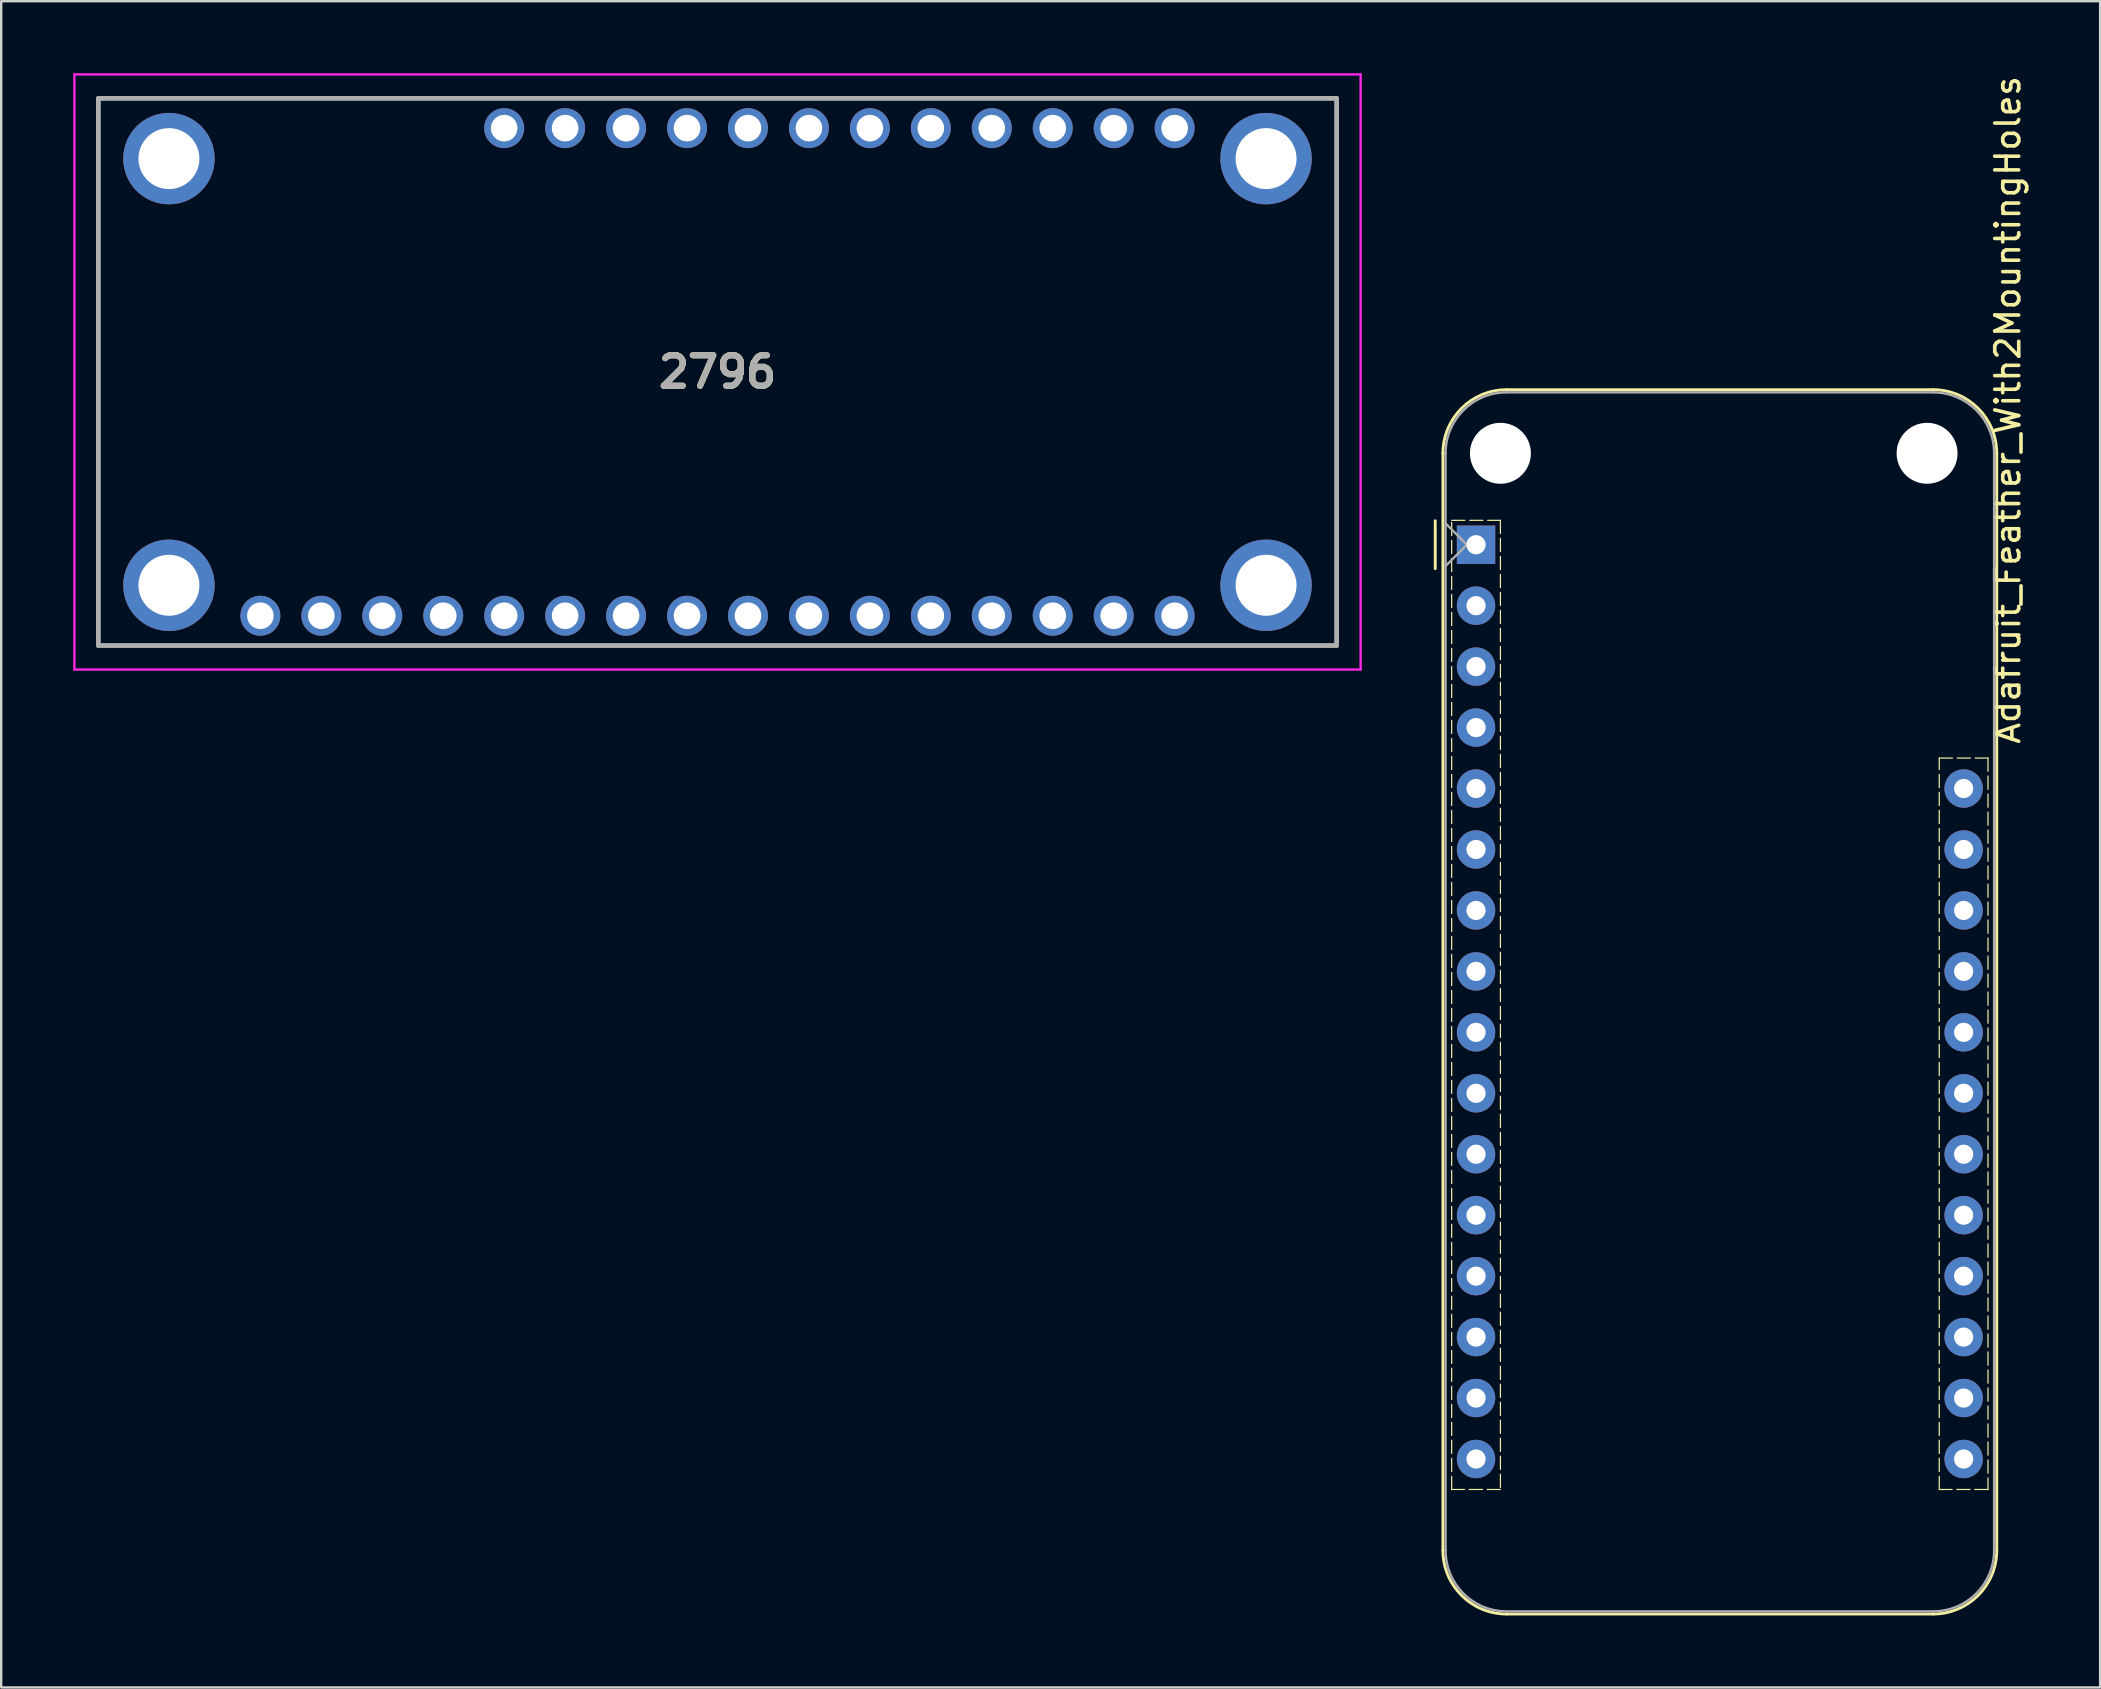
<source format=kicad_pcb>
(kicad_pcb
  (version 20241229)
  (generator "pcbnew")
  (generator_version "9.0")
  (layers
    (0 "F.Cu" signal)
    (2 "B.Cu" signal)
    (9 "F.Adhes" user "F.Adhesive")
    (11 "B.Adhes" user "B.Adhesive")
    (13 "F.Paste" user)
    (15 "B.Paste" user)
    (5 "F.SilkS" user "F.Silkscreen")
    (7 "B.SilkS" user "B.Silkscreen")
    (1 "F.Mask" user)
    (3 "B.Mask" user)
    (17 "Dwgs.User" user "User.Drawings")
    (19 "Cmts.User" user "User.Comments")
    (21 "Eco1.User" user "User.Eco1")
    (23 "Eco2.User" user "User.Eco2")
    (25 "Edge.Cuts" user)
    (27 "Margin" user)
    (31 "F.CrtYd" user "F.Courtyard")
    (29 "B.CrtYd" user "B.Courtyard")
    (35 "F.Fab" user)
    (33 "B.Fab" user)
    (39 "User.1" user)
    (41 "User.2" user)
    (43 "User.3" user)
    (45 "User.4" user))
  (footprint "Adafruit_Feather_With2MountingHoles"
    (layer "F.Cu")
    (at 58.46 19.65)
    (property "Reference" "Adafruit_Feather_With2MountingHoles" (at 22.16 -5.62 90) (layer "F.SilkS") (effects (font (size 1 1) (thickness 0.15))))
    (attr through_hole exclude_from_pos_files exclude_from_bom)
    (fp_line (start -1.7 1) (end -1.7 -1) (stroke (width 0.12) (type solid)) (layer "F.SilkS"))
    (fp_line (start -1.38 -3.81) (end -1.38 41.91) (stroke (width 0.12) (type solid)) (layer "F.SilkS"))
    (fp_line (start 19.05 -6.46) (end 1.27 -6.46) (stroke (width 0.12) (type solid)) (layer "F.SilkS"))
    (fp_line (start 19.05 44.56) (end 1.27 44.56) (stroke (width 0.12) (type solid)) (layer "F.SilkS"))
    (fp_line (start 21.7 -3.81) (end 21.7 41.91) (stroke (width 0.12) (type solid)) (layer "F.SilkS"))
    (fp_rect (start -1.016 -1.016) (end 1.016 39.37) (stroke (width 0.05) (type dash)) (fill no) (layer "F.SilkS"))
    (fp_rect (start 19.304 8.89) (end 21.336 39.37) (stroke (width 0.05) (type dash)) (fill no) (layer "F.SilkS"))
    (fp_arc (start -1.38 -3.81) (mid -0.603833 -5.683833) (end 1.27 -6.46) (stroke (width 0.12) (type solid)) (layer "F.SilkS"))
    (fp_arc (start 1.27 44.56) (mid -0.603833 43.783833) (end -1.38 41.91) (stroke (width 0.12) (type solid)) (layer "F.SilkS"))
    (fp_arc (start 19.05 -6.46) (mid 20.923833 -5.683833) (end 21.7 -3.81) (stroke (width 0.12) (type solid)) (layer "F.SilkS"))
    (fp_arc (start 21.7 41.91) (mid 20.923833 43.783833) (end 19.05 44.56) (stroke (width 0.12) (type solid)) (layer "F.SilkS"))
    (fp_line (start -1.27 -3.81) (end -1.27 41.91) (stroke (width 0.1) (type solid)) (layer "F.Fab"))
    (fp_line (start -1.27 -0.889) (end -0.381 0) (stroke (width 0.1) (type solid)) (layer "F.Fab"))
    (fp_line (start -0.381 0) (end -1.27 0.889) (stroke (width 0.1) (type solid)) (layer "F.Fab"))
    (fp_line (start 1.27 44.45) (end 19.05 44.45) (stroke (width 0.1) (type solid)) (layer "F.Fab"))
    (fp_line (start 19.05 -6.35) (end 1.27 -6.35) (stroke (width 0.1) (type solid)) (layer "F.Fab"))
    (fp_line (start 21.59 41.91) (end 21.59 -3.81) (stroke (width 0.1) (type solid)) (layer "F.Fab"))
    (fp_arc (start -1.27 -3.81) (mid -0.526051 -5.606051) (end 1.27 -6.35) (stroke (width 0.1) (type solid)) (layer "F.Fab"))
    (fp_arc (start 1.221238 44.449532) (mid -0.543209 43.688728) (end -1.27 41.91) (stroke (width 0.1) (type solid)) (layer "F.Fab"))
    (fp_arc (start 19.05 -6.35) (mid 20.846051 -5.606051) (end 21.59 -3.81) (stroke (width 0.1) (type solid)) (layer "F.Fab"))
    (fp_arc (start 21.59 41.91) (mid 20.846051 43.706051) (end 19.05 44.45) (stroke (width 0.1) (type solid)) (layer "F.Fab"))
    (pad "" np_thru_hole circle (at 1.016 -3.81 270) (size 2.54 2.54) (drill 2.54) (layers "*.Cu" "*.Mask"))
    (pad "" np_thru_hole circle (at 18.796 -3.81 270) (size 2.54 2.54) (drill 2.54) (layers "*.Cu" "*.Mask"))
    (pad "1" thru_hole rect (at 0 0 180) (size 1.6 1.6) (drill 0.8) (layers "*.Cu" "*.Mask"))
    (pad "2" thru_hole circle (at 0 2.54 180) (size 1.6 1.6) (drill 0.8) (layers "*.Cu" "*.Mask"))
    (pad "3" thru_hole circle (at 0 5.08 180) (size 1.6 1.6) (drill 0.8) (layers "*.Cu" "*.Mask"))
    (pad "4" thru_hole circle (at 0 7.62 180) (size 1.6 1.6) (drill 0.8) (layers "*.Cu" "*.Mask"))
    (pad "5" thru_hole circle (at 0 10.16 180) (size 1.6 1.6) (drill 0.8) (layers "*.Cu" "*.Mask"))
    (pad "6" thru_hole circle (at 0 12.7 180) (size 1.6 1.6) (drill 0.8) (layers "*.Cu" "*.Mask"))
    (pad "7" thru_hole circle (at 0 15.24 180) (size 1.6 1.6) (drill 0.8) (layers "*.Cu" "*.Mask"))
    (pad "8" thru_hole circle (at 0 17.78 180) (size 1.6 1.6) (drill 0.8) (layers "*.Cu" "*.Mask"))
    (pad "9" thru_hole circle (at 0 20.32 180) (size 1.6 1.6) (drill 0.8) (layers "*.Cu" "*.Mask"))
    (pad "10" thru_hole circle (at 0 22.86 180) (size 1.6 1.6) (drill 0.8) (layers "*.Cu" "*.Mask"))
    (pad "11" thru_hole circle (at 0 25.4 180) (size 1.6 1.6) (drill 0.8) (layers "*.Cu" "*.Mask"))
    (pad "12" thru_hole circle (at 0 27.94 180) (size 1.6 1.6) (drill 0.8) (layers "*.Cu" "*.Mask"))
    (pad "13" thru_hole circle (at 0 30.48 180) (size 1.6 1.6) (drill 0.8) (layers "*.Cu" "*.Mask"))
    (pad "14" thru_hole circle (at 0 33.02 180) (size 1.6 1.6) (drill 0.8) (layers "*.Cu" "*.Mask"))
    (pad "15" thru_hole circle (at 0 35.56 180) (size 1.6 1.6) (drill 0.8) (layers "*.Cu" "*.Mask"))
    (pad "16" thru_hole circle (at 0 38.1 180) (size 1.6 1.6) (drill 0.8) (layers "*.Cu" "*.Mask"))
    (pad "17" thru_hole circle (at 20.32 38.1 180) (size 1.6 1.6) (drill 0.8) (layers "*.Cu" "*.Mask"))
    (pad "18" thru_hole circle (at 20.32 35.56 180) (size 1.6 1.6) (drill 0.8) (layers "*.Cu" "*.Mask"))
    (pad "19" thru_hole circle (at 20.32 33.02 180) (size 1.6 1.6) (drill 0.8) (layers "*.Cu" "*.Mask"))
    (pad "20" thru_hole circle (at 20.32 30.48 180) (size 1.6 1.6) (drill 0.8) (layers "*.Cu" "*.Mask"))
    (pad "21" thru_hole circle (at 20.32 27.94 180) (size 1.6 1.6) (drill 0.8) (layers "*.Cu" "*.Mask"))
    (pad "22" thru_hole circle (at 20.32 25.4 180) (size 1.6 1.6) (drill 0.8) (layers "*.Cu" "*.Mask"))
    (pad "23" thru_hole circle (at 20.32 22.86 180) (size 1.6 1.6) (drill 0.8) (layers "*.Cu" "*.Mask"))
    (pad "24" thru_hole circle (at 20.32 20.32 180) (size 1.6 1.6) (drill 0.8) (layers "*.Cu" "*.Mask"))
    (pad "25" thru_hole circle (at 20.32 17.78 180) (size 1.6 1.6) (drill 0.8) (layers "*.Cu" "*.Mask"))
    (pad "26" thru_hole circle (at 20.32 15.24 180) (size 1.6 1.6) (drill 0.8) (layers "*.Cu" "*.Mask"))
    (pad "27" thru_hole circle (at 20.32 12.7 180) (size 1.6 1.6) (drill 0.8) (layers "*.Cu" "*.Mask"))
    (pad "28" thru_hole circle (at 20.32 10.16 180) (size 1.6 1.6) (drill 0.8) (layers "*.Cu" "*.Mask")))
  (footprint "2796"
    (layer "F.Cu")
    (at 7.8 22.61)
    (property "Reference" "2796" (at 19.05 -10.16 0) (layer "F.SilkS") (effects (font (size 1.27 1.27) (thickness 0.254))))
    (attr through_hole)
    (fp_line (start -6.75 -21.56) (end 44.85 -21.56) (stroke (width 0.1) (type solid)) (layer "F.SilkS"))
    (fp_line (start -6.75 1.24) (end -6.75 -21.56) (stroke (width 0.1) (type solid)) (layer "F.SilkS"))
    (fp_line (start 44.85 -21.56) (end 44.85 1.24) (stroke (width 0.1) (type solid)) (layer "F.SilkS"))
    (fp_line (start 44.85 1.24) (end -6.75 1.24) (stroke (width 0.1) (type solid)) (layer "F.SilkS"))
    (fp_line (start -7.75 -22.56) (end 45.85 -22.56) (stroke (width 0.1) (type solid)) (layer "F.CrtYd"))
    (fp_line (start -7.75 2.24) (end -7.75 -22.56) (stroke (width 0.1) (type solid)) (layer "F.CrtYd"))
    (fp_line (start 45.85 -22.56) (end 45.85 2.24) (stroke (width 0.1) (type solid)) (layer "F.CrtYd"))
    (fp_line (start 45.85 2.24) (end -7.75 2.24) (stroke (width 0.1) (type solid)) (layer "F.CrtYd"))
    (fp_line (start -6.75 -21.56) (end 44.85 -21.56) (stroke (width 0.2) (type solid)) (layer "F.Fab"))
    (fp_line (start -6.75 1.24) (end -6.75 -21.56) (stroke (width 0.2) (type solid)) (layer "F.Fab"))
    (fp_line (start 44.85 -21.56) (end 44.85 1.24) (stroke (width 0.2) (type solid)) (layer "F.Fab"))
    (fp_line (start 44.85 1.24) (end -6.75 1.24) (stroke (width 0.2) (type solid)) (layer "F.Fab"))
    (fp_text user "${REFERENCE}" (at 19.05 -10.16 0) (layer "F.Fab") (effects (font (size 1.27 1.27) (thickness 0.254))))
    (pad "1" thru_hole circle (at 10.16 -20.32) (size 1.665 1.665) (drill 1.11) (layers "*.Cu" "*.Mask"))
    (pad "2" thru_hole circle (at 12.7 -20.32) (size 1.665 1.665) (drill 1.11) (layers "*.Cu" "*.Mask"))
    (pad "3" thru_hole circle (at 15.24 -20.32) (size 1.665 1.665) (drill 1.11) (layers "*.Cu" "*.Mask"))
    (pad "4" thru_hole circle (at 17.78 -20.32) (size 1.665 1.665) (drill 1.11) (layers "*.Cu" "*.Mask"))
    (pad "5" thru_hole circle (at 20.32 -20.32) (size 1.665 1.665) (drill 1.11) (layers "*.Cu" "*.Mask"))
    (pad "6" thru_hole circle (at 22.86 -20.32) (size 1.665 1.665) (drill 1.11) (layers "*.Cu" "*.Mask"))
    (pad "7" thru_hole circle (at 25.4 -20.32) (size 1.665 1.665) (drill 1.11) (layers "*.Cu" "*.Mask"))
    (pad "8" thru_hole circle (at 27.94 -20.32) (size 1.665 1.665) (drill 1.11) (layers "*.Cu" "*.Mask"))
    (pad "9" thru_hole circle (at 30.48 -20.32) (size 1.665 1.665) (drill 1.11) (layers "*.Cu" "*.Mask"))
    (pad "10" thru_hole circle (at 33.02 -20.32) (size 1.665 1.665) (drill 1.11) (layers "*.Cu" "*.Mask"))
    (pad "11" thru_hole circle (at 35.56 -20.32) (size 1.665 1.665) (drill 1.11) (layers "*.Cu" "*.Mask"))
    (pad "12" thru_hole circle (at 38.1 -20.32) (size 1.665 1.665) (drill 1.11) (layers "*.Cu" "*.Mask"))
    (pad "13" thru_hole circle (at 38.1 0) (size 1.665 1.665) (drill 1.11) (layers "*.Cu" "*.Mask"))
    (pad "14" thru_hole circle (at 35.56 0) (size 1.665 1.665) (drill 1.11) (layers "*.Cu" "*.Mask"))
    (pad "15" thru_hole circle (at 33.02 0) (size 1.665 1.665) (drill 1.11) (layers "*.Cu" "*.Mask"))
    (pad "16" thru_hole circle (at 30.48 0) (size 1.665 1.665) (drill 1.11) (layers "*.Cu" "*.Mask"))
    (pad "17" thru_hole circle (at 27.94 0) (size 1.665 1.665) (drill 1.11) (layers "*.Cu" "*.Mask"))
    (pad "18" thru_hole circle (at 25.4 0) (size 1.665 1.665) (drill 1.11) (layers "*.Cu" "*.Mask"))
    (pad "19" thru_hole circle (at 22.86 0) (size 1.665 1.665) (drill 1.11) (layers "*.Cu" "*.Mask"))
    (pad "20" thru_hole circle (at 20.32 0) (size 1.665 1.665) (drill 1.11) (layers "*.Cu" "*.Mask"))
    (pad "21" thru_hole circle (at 17.78 0) (size 1.665 1.665) (drill 1.11) (layers "*.Cu" "*.Mask"))
    (pad "22" thru_hole circle (at 15.24 0) (size 1.665 1.665) (drill 1.11) (layers "*.Cu" "*.Mask"))
    (pad "23" thru_hole circle (at 12.7 0) (size 1.665 1.665) (drill 1.11) (layers "*.Cu" "*.Mask"))
    (pad "24" thru_hole circle (at 10.16 0) (size 1.665 1.665) (drill 1.11) (layers "*.Cu" "*.Mask"))
    (pad "25" thru_hole circle (at 7.62 0) (size 1.665 1.665) (drill 1.11) (layers "*.Cu" "*.Mask"))
    (pad "26" thru_hole circle (at 5.08 0) (size 1.665 1.665) (drill 1.11) (layers "*.Cu" "*.Mask"))
    (pad "27" thru_hole circle (at 2.54 0) (size 1.665 1.665) (drill 1.11) (layers "*.Cu" "*.Mask"))
    (pad "28" thru_hole circle (at 0 0) (size 1.665 1.665) (drill 1.11) (layers "*.Cu" "*.Mask"))
    (pad "MH1" thru_hole circle (at -3.81 -19.05) (size 3.81 3.81) (drill 2.54) (layers "*.Cu" "*.Mask"))
    (pad "MH2" thru_hole circle (at -3.81 -1.27) (size 3.81 3.81) (drill 2.54) (layers "*.Cu" "*.Mask"))
    (pad "MH3" thru_hole circle (at 41.91 -19.05) (size 3.81 3.81) (drill 2.54) (layers "*.Cu" "*.Mask"))
    (pad "MH4" thru_hole circle (at 41.91 -1.27) (size 3.81 3.81) (drill 2.54) (layers "*.Cu" "*.Mask")))
  (gr_rect
    (start -3 -3)
    (end 84.468 67.27)
    (stroke (width 0.1) (type default))
    (fill no)
    (layer "Edge.Cuts")))
</source>
